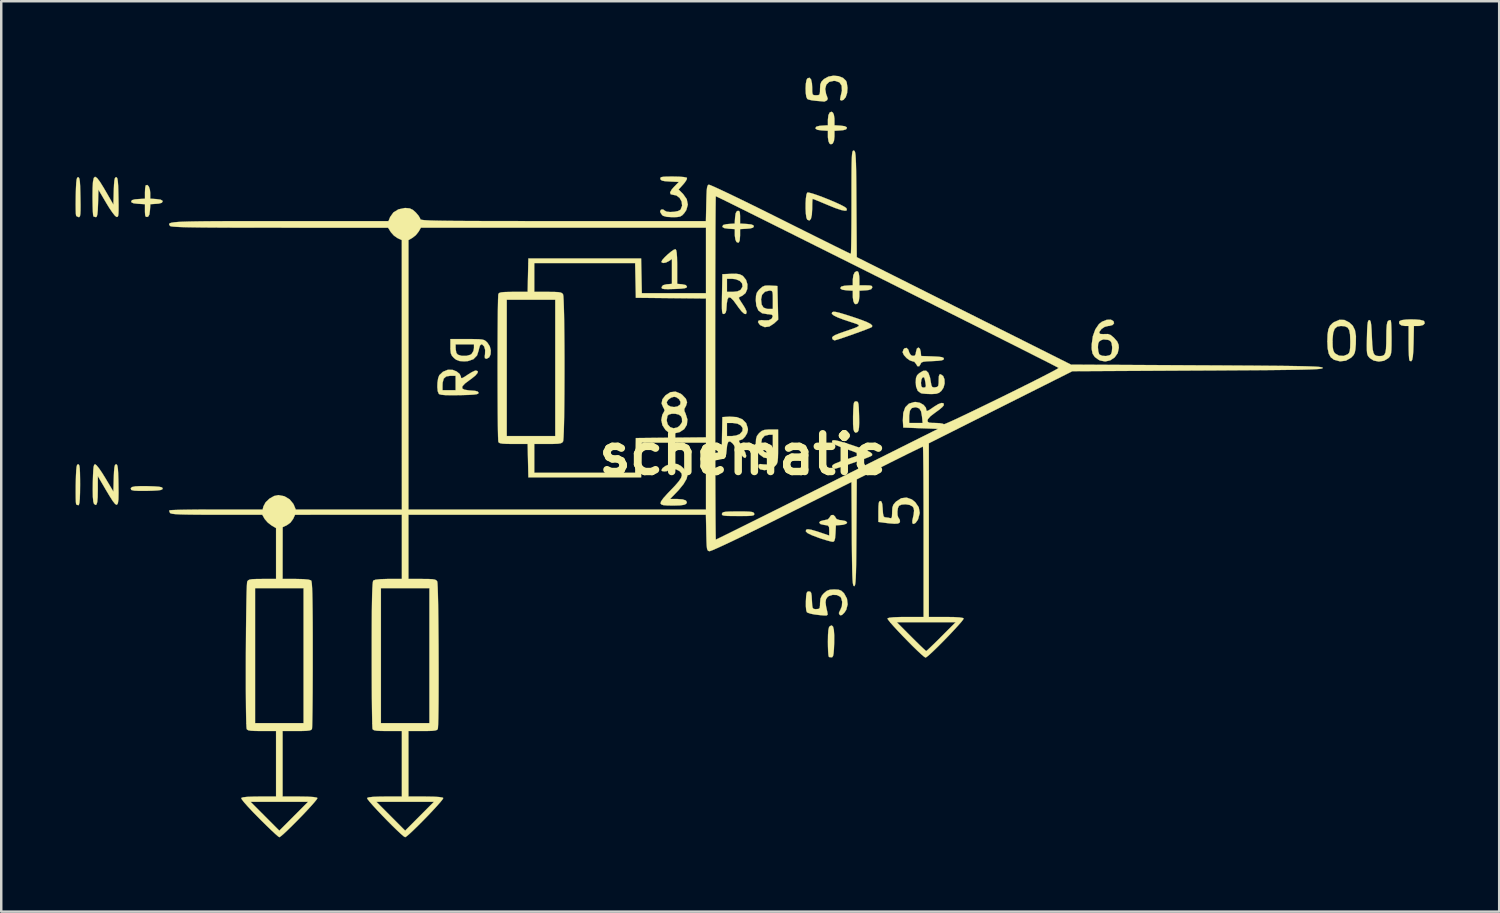
<source format=kicad_pcb>
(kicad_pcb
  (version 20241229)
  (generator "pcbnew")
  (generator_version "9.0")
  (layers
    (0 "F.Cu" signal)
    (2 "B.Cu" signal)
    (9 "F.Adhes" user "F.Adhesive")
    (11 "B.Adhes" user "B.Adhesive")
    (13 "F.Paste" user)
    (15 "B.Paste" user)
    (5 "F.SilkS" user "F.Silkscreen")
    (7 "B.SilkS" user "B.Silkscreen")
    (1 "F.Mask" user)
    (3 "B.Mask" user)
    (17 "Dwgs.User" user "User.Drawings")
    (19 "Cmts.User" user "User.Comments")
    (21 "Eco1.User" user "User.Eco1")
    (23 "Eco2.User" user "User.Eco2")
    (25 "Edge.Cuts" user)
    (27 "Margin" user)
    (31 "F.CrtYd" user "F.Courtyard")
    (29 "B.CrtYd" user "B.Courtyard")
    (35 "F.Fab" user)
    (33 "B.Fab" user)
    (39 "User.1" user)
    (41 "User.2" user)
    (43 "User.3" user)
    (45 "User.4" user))
  (footprint "schematic"
    (layer "F.Cu")
    (at 26.932 15.295)
    (property "Reference" "schematic" (at 0 0 0) (layer "F.SilkS") (effects (font (size 1.524 1.524) (thickness 0.3))))
    (attr through_hole)
    (fp_poly (pts (xy -24.02 1.281) (xy -23.752 1.29) (xy -23.575 1.303) (xy -23.47 1.322) (xy -23.423 1.35) (xy -23.416 1.376) (xy -23.433 1.411) (xy -23.496 1.436) (xy -23.621 1.453) (xy -23.823 1.464) (xy -24.033 1.47) (xy -24.351 1.472) (xy -24.564 1.462) (xy -24.673 1.437) (xy -24.687 1.426) (xy -24.703 1.361) (xy -24.651 1.316) (xy -24.521 1.289) (xy -24.304 1.279) (xy -24.02 1.281)) (stroke (width 0.01) (type solid)) (fill yes) (layer "F.SilkS"))
    (fp_poly (pts (xy 3.645 6.948) (xy 3.68 7.082) (xy 3.695 7.309) (xy 3.693 7.601) (xy 3.683 7.862) (xy 3.669 8.034) (xy 3.648 8.135) (xy 3.617 8.182) (xy 3.596 8.19) (xy 3.502 8.183) (xy 3.477 8.169) (xy 3.461 8.103) (xy 3.449 7.956) (xy 3.442 7.75) (xy 3.44 7.565) (xy 3.444 7.283) (xy 3.458 7.093) (xy 3.484 6.98) (xy 3.512 6.938) (xy 3.59 6.902) (xy 3.645 6.948)) (stroke (width 0.01) (type solid)) (fill yes) (layer "F.SilkS"))
    (fp_poly (pts (xy 4.624 -2.136) (xy 4.655 -2.102) (xy 4.675 -2.024) (xy 4.687 -1.882) (xy 4.695 -1.66) (xy 4.698 -1.556) (xy 4.702 -1.279) (xy 4.695 -1.091) (xy 4.677 -0.974) (xy 4.645 -0.913) (xy 4.639 -0.907) (xy 4.56 -0.875) (xy 4.503 -0.92) (xy 4.471 -1.019) (xy 4.456 -1.222) (xy 4.455 -1.527) (xy 4.456 -1.569) (xy 4.464 -1.822) (xy 4.475 -1.987) (xy 4.492 -2.084) (xy 4.52 -2.129) (xy 4.562 -2.143) (xy 4.577 -2.143) (xy 4.624 -2.136)) (stroke (width 0.01) (type solid)) (fill yes) (layer "F.SilkS"))
    (fp_poly (pts (xy -26.798 0.411) (xy -26.776 0.464) (xy -26.762 0.569) (xy -26.754 0.741) (xy -26.75 0.995) (xy -26.749 1.213) (xy -26.752 1.548) (xy -26.76 1.789) (xy -26.774 1.945) (xy -26.796 2.029) (xy -26.815 2.051) (xy -26.89 2.03) (xy -26.91 2) (xy -26.919 1.923) (xy -26.924 1.761) (xy -26.926 1.536) (xy -26.925 1.268) (xy -26.923 1.162) (xy -26.915 0.857) (xy -26.905 0.643) (xy -26.891 0.505) (xy -26.871 0.429) (xy -26.842 0.399) (xy -26.829 0.397) (xy -26.798 0.411)) (stroke (width 0.01) (type solid)) (fill yes) (layer "F.SilkS"))
    (fp_poly (pts (xy 0.085 2.303) (xy 0.268 2.31) (xy 0.38 2.324) (xy 0.439 2.347) (xy 0.463 2.383) (xy 0.466 2.394) (xy 0.465 2.433) (xy 0.433 2.459) (xy 0.354 2.475) (xy 0.211 2.484) (xy -0.011 2.487) (xy -0.185 2.487) (xy -0.462 2.486) (xy -0.65 2.481) (xy -0.764 2.469) (xy -0.821 2.449) (xy -0.839 2.419) (xy -0.837 2.394) (xy -0.818 2.355) (xy -0.77 2.329) (xy -0.673 2.313) (xy -0.51 2.305) (xy -0.264 2.302) (xy -0.185 2.302) (xy 0.085 2.303)) (stroke (width 0.01) (type solid)) (fill yes) (layer "F.SilkS"))
    (fp_poly (pts (xy -26.798 -11.177) (xy -26.775 -11.121) (xy -26.758 -11.012) (xy -26.747 -10.833) (xy -26.739 -10.571) (xy -26.735 -10.385) (xy -26.73 -10.073) (xy -26.731 -9.853) (xy -26.738 -9.708) (xy -26.753 -9.624) (xy -26.776 -9.585) (xy -26.803 -9.578) (xy -26.891 -9.616) (xy -26.911 -9.647) (xy -26.92 -9.722) (xy -26.925 -9.882) (xy -26.927 -10.106) (xy -26.924 -10.37) (xy -26.923 -10.454) (xy -26.915 -10.753) (xy -26.905 -10.961) (xy -26.89 -11.093) (xy -26.868 -11.165) (xy -26.839 -11.191) (xy -26.829 -11.192) (xy -26.798 -11.177)) (stroke (width 0.01) (type solid)) (fill yes) (layer "F.SilkS"))
    (fp_poly (pts (xy 27.172 -5.447) (xy 27.353 -5.43) (xy 27.477 -5.401) (xy 27.509 -5.38) (xy 27.535 -5.294) (xy 27.471 -5.226) (xy 27.333 -5.189) (xy 27.269 -5.186) (xy 27.096 -5.186) (xy 27.082 -4.489) (xy 27.071 -4.17) (xy 27.053 -3.949) (xy 27.025 -3.815) (xy 26.986 -3.761) (xy 26.934 -3.777) (xy 26.918 -3.791) (xy 26.904 -3.855) (xy 26.893 -4.004) (xy 26.885 -4.216) (xy 26.882 -4.47) (xy 26.882 -4.507) (xy 26.882 -5.186) (xy 26.729 -5.186) (xy 26.588 -5.211) (xy 26.505 -5.274) (xy 26.499 -5.354) (xy 26.523 -5.388) (xy 26.611 -5.423) (xy 26.769 -5.444) (xy 26.967 -5.452) (xy 27.172 -5.447)) (stroke (width 0.01) (type solid)) (fill yes) (layer "F.SilkS"))
    (fp_poly (pts (xy -23.972 -10.809) (xy -23.93 -10.681) (xy -23.918 -10.553) (xy -23.918 -10.325) (xy -23.667 -10.308) (xy -23.501 -10.286) (xy -23.425 -10.244) (xy -23.416 -10.213) (xy -23.452 -10.158) (xy -23.571 -10.126) (xy -23.664 -10.118) (xy -23.913 -10.102) (xy -23.929 -9.853) (xy -23.951 -9.689) (xy -23.995 -9.607) (xy -24.037 -9.588) (xy -24.093 -9.593) (xy -24.121 -9.652) (xy -24.13 -9.787) (xy -24.13 -9.836) (xy -24.13 -10.102) (xy -24.408 -10.118) (xy -24.582 -10.137) (xy -24.669 -10.173) (xy -24.686 -10.213) (xy -24.653 -10.265) (xy -24.545 -10.296) (xy -24.408 -10.308) (xy -24.13 -10.324) (xy -24.13 -10.577) (xy -24.123 -10.733) (xy -24.106 -10.841) (xy -24.095 -10.865) (xy -24.031 -10.878) (xy -23.972 -10.809)) (stroke (width 0.01) (type solid)) (fill yes) (layer "F.SilkS"))
    (fp_poly (pts (xy -0.143 -9.827) (xy -0.115 -9.769) (xy -0.106 -9.633) (xy -0.106 -9.585) (xy -0.106 -9.319) (xy 0.172 -9.303) (xy 0.347 -9.284) (xy 0.433 -9.248) (xy 0.45 -9.207) (xy 0.418 -9.156) (xy 0.31 -9.125) (xy 0.172 -9.112) (xy -0.106 -9.096) (xy -0.106 -8.837) (xy -0.119 -8.644) (xy -0.159 -8.552) (xy -0.226 -8.56) (xy -0.256 -8.585) (xy -0.295 -8.674) (xy -0.316 -8.82) (xy -0.318 -8.871) (xy -0.318 -9.096) (xy -0.569 -9.112) (xy -0.735 -9.134) (xy -0.811 -9.176) (xy -0.82 -9.207) (xy -0.784 -9.263) (xy -0.665 -9.294) (xy -0.572 -9.303) (xy -0.323 -9.319) (xy -0.307 -9.567) (xy -0.285 -9.731) (xy -0.241 -9.813) (xy -0.198 -9.833) (xy -0.143 -9.827)) (stroke (width 0.01) (type solid)) (fill yes) (layer "F.SilkS"))
    (fp_poly (pts (xy 3.642 -13.799) (xy 3.681 -13.71) (xy 3.703 -13.564) (xy 3.704 -13.513) (xy 3.704 -13.288) (xy 3.956 -13.272) (xy 4.121 -13.25) (xy 4.198 -13.208) (xy 4.207 -13.176) (xy 4.171 -13.122) (xy 4.053 -13.09) (xy 3.956 -13.081) (xy 3.704 -13.065) (xy 3.704 -12.836) (xy 3.685 -12.66) (xy 3.633 -12.549) (xy 3.56 -12.519) (xy 3.502 -12.553) (xy 3.463 -12.642) (xy 3.441 -12.789) (xy 3.44 -12.84) (xy 3.44 -13.065) (xy 3.188 -13.081) (xy 3.022 -13.103) (xy 2.946 -13.145) (xy 2.937 -13.176) (xy 2.973 -13.231) (xy 3.091 -13.263) (xy 3.188 -13.272) (xy 3.44 -13.288) (xy 3.44 -13.517) (xy 3.459 -13.693) (xy 3.511 -13.803) (xy 3.584 -13.834) (xy 3.642 -13.799)) (stroke (width 0.01) (type solid)) (fill yes) (layer "F.SilkS"))
    (fp_poly (pts (xy 4.654 -7.383) (xy 4.686 -7.315) (xy 4.706 -7.178) (xy 4.71 -7.088) (xy 4.71 -6.826) (xy 4.978 -6.826) (xy 5.137 -6.821) (xy 5.214 -6.799) (xy 5.231 -6.752) (xy 5.229 -6.734) (xy 5.188 -6.671) (xy 5.078 -6.637) (xy 4.96 -6.625) (xy 4.71 -6.609) (xy 4.71 -6.38) (xy 4.69 -6.204) (xy 4.638 -6.093) (xy 4.565 -6.063) (xy 4.507 -6.097) (xy 4.468 -6.186) (xy 4.447 -6.333) (xy 4.445 -6.384) (xy 4.445 -6.609) (xy 4.194 -6.625) (xy 4.028 -6.647) (xy 3.952 -6.689) (xy 3.942 -6.72) (xy 3.978 -6.775) (xy 4.096 -6.807) (xy 4.194 -6.816) (xy 4.445 -6.832) (xy 4.445 -7.061) (xy 4.467 -7.235) (xy 4.524 -7.354) (xy 4.604 -7.398) (xy 4.654 -7.383)) (stroke (width 0.01) (type solid)) (fill yes) (layer "F.SilkS"))
    (fp_poly (pts (xy -2.684 -8.243) (xy -2.664 -8.138) (xy -2.651 -7.957) (xy -2.646 -7.686) (xy -2.646 -7.572) (xy -2.646 -6.886) (xy -2.447 -6.869) (xy -2.299 -6.838) (xy -2.249 -6.775) (xy -2.249 -6.773) (xy -2.268 -6.735) (xy -2.338 -6.709) (xy -2.474 -6.692) (xy -2.695 -6.681) (xy -2.769 -6.679) (xy -3.007 -6.673) (xy -3.158 -6.676) (xy -3.24 -6.689) (xy -3.272 -6.717) (xy -3.271 -6.758) (xy -3.217 -6.831) (xy -3.08 -6.867) (xy -3.055 -6.869) (xy -2.857 -6.886) (xy -2.857 -7.891) (xy -2.975 -7.808) (xy -3.099 -7.746) (xy -3.211 -7.728) (xy -3.275 -7.757) (xy -3.281 -7.78) (xy -3.244 -7.851) (xy -3.149 -7.958) (xy -3.023 -8.078) (xy -2.891 -8.188) (xy -2.78 -8.264) (xy -2.714 -8.285) (xy -2.684 -8.243)) (stroke (width 0.01) (type solid)) (fill yes) (layer "F.SilkS"))
    (fp_poly (pts (xy 2.675 -10.569) (xy 2.819 -10.531) (xy 3.017 -10.465) (xy 3.248 -10.379) (xy 3.492 -10.282) (xy 3.728 -10.182) (xy 3.936 -10.087) (xy 4.093 -10.006) (xy 4.179 -9.947) (xy 4.187 -9.938) (xy 4.207 -9.86) (xy 4.136 -9.836) (xy 3.975 -9.867) (xy 3.724 -9.952) (xy 3.468 -10.056) (xy 3.232 -10.155) (xy 3.034 -10.237) (xy 2.893 -10.294) (xy 2.827 -10.318) (xy 2.825 -10.319) (xy 2.815 -10.27) (xy 2.808 -10.142) (xy 2.805 -9.96) (xy 2.805 -9.928) (xy 2.792 -9.674) (xy 2.754 -9.511) (xy 2.693 -9.443) (xy 2.611 -9.475) (xy 2.602 -9.484) (xy 2.57 -9.568) (xy 2.549 -9.726) (xy 2.539 -9.927) (xy 2.54 -10.142) (xy 2.552 -10.341) (xy 2.574 -10.494) (xy 2.606 -10.57) (xy 2.675 -10.569)) (stroke (width 0.01) (type solid)) (fill yes) (layer "F.SilkS"))
    (fp_poly (pts (xy 7.154 -4.267) (xy 7.187 -4.143) (xy 7.203 -3.973) (xy 7.663 -3.958) (xy 7.892 -3.946) (xy 8.034 -3.929) (xy 8.104 -3.901) (xy 8.123 -3.863) (xy 8.102 -3.823) (xy 8.027 -3.796) (xy 7.88 -3.779) (xy 7.665 -3.768) (xy 7.441 -3.758) (xy 7.302 -3.743) (xy 7.225 -3.716) (xy 7.189 -3.674) (xy 7.181 -3.649) (xy 7.125 -3.559) (xy 7.053 -3.562) (xy 7 -3.651) (xy 6.929 -3.741) (xy 6.863 -3.757) (xy 6.747 -3.796) (xy 6.617 -3.89) (xy 6.509 -4.009) (xy 6.457 -4.119) (xy 6.456 -4.131) (xy 6.494 -4.241) (xy 6.528 -4.28) (xy 6.614 -4.302) (xy 6.686 -4.231) (xy 6.728 -4.101) (xy 6.792 -4.007) (xy 6.863 -3.979) (xy 6.944 -3.985) (xy 6.983 -4.055) (xy 6.995 -4.138) (xy 7.032 -4.273) (xy 7.094 -4.316) (xy 7.154 -4.267)) (stroke (width 0.01) (type solid)) (fill yes) (layer "F.SilkS"))
    (fp_poly (pts (xy 3.756 -5.753) (xy 3.912 -5.716) (xy 4.143 -5.647) (xy 4.445 -5.55) (xy 4.776 -5.436) (xy 5.011 -5.344) (xy 5.159 -5.269) (xy 5.226 -5.207) (xy 5.222 -5.153) (xy 5.21 -5.141) (xy 5.146 -5.11) (xy 5.004 -5.053) (xy 4.806 -4.978) (xy 4.574 -4.894) (xy 4.332 -4.807) (xy 4.101 -4.727) (xy 3.904 -4.661) (xy 3.763 -4.618) (xy 3.703 -4.604) (xy 3.636 -4.642) (xy 3.625 -4.657) (xy 3.608 -4.712) (xy 3.642 -4.764) (xy 3.738 -4.821) (xy 3.912 -4.891) (xy 4.141 -4.971) (xy 4.411 -5.063) (xy 4.588 -5.129) (xy 4.678 -5.179) (xy 4.689 -5.219) (xy 4.628 -5.257) (xy 4.502 -5.301) (xy 4.459 -5.315) (xy 4.102 -5.431) (xy 3.845 -5.528) (xy 3.681 -5.607) (xy 3.605 -5.671) (xy 3.598 -5.692) (xy 3.611 -5.739) (xy 3.66 -5.759) (xy 3.756 -5.753)) (stroke (width 0.01) (type solid)) (fill yes) (layer "F.SilkS"))
    (fp_poly (pts (xy -25.263 0.412) (xy -25.24 0.468) (xy -25.223 0.579) (xy -25.212 0.759) (xy -25.203 1.024) (xy -25.2 1.187) (xy -25.196 1.551) (xy -25.201 1.812) (xy -25.223 1.972) (xy -25.265 2.035) (xy -25.333 2.002) (xy -25.433 1.876) (xy -25.57 1.66) (xy -25.708 1.429) (xy -26.033 0.873) (xy -26.034 1.439) (xy -26.039 1.728) (xy -26.056 1.919) (xy -26.086 2.02) (xy -26.131 2.04) (xy -26.189 1.99) (xy -26.217 1.901) (xy -26.233 1.712) (xy -26.238 1.422) (xy -26.235 1.157) (xy -26.227 0.853) (xy -26.217 0.64) (xy -26.203 0.503) (xy -26.182 0.428) (xy -26.154 0.399) (xy -26.141 0.397) (xy -26.084 0.44) (xy -25.987 0.559) (xy -25.865 0.737) (xy -25.733 0.949) (xy -25.404 1.501) (xy -25.389 0.949) (xy -25.379 0.695) (xy -25.365 0.53) (xy -25.343 0.437) (xy -25.311 0.4) (xy -25.294 0.397) (xy -25.263 0.412)) (stroke (width 0.01) (type solid)) (fill yes) (layer "F.SilkS"))
    (fp_poly (pts (xy 3.738 -0.57) (xy 3.889 -0.537) (xy 4.114 -0.471) (xy 4.425 -0.371) (xy 4.445 -0.364) (xy 4.771 -0.252) (xy 5.004 -0.162) (xy 5.151 -0.088) (xy 5.222 -0.026) (xy 5.225 0.029) (xy 5.207 0.053) (xy 5.144 0.084) (xy 5.003 0.141) (xy 4.805 0.215) (xy 4.574 0.298) (xy 4.332 0.383) (xy 4.1 0.461) (xy 3.902 0.526) (xy 3.759 0.569) (xy 3.696 0.582) (xy 3.636 0.544) (xy 3.625 0.529) (xy 3.608 0.475) (xy 3.64 0.423) (xy 3.734 0.368) (xy 3.903 0.3) (xy 4.16 0.211) (xy 4.168 0.209) (xy 4.389 0.135) (xy 4.573 0.071) (xy 4.696 0.026) (xy 4.733 0.01) (xy 4.707 -0.017) (xy 4.597 -0.068) (xy 4.422 -0.137) (xy 4.204 -0.213) (xy 3.913 -0.316) (xy 3.721 -0.4) (xy 3.623 -0.467) (xy 3.608 -0.494) (xy 3.61 -0.547) (xy 3.649 -0.573) (xy 3.738 -0.57)) (stroke (width 0.01) (type solid)) (fill yes) (layer "F.SilkS"))
    (fp_poly (pts (xy 3.731 2.51) (xy 3.741 2.537) (xy 3.791 2.61) (xy 3.907 2.648) (xy 3.987 2.656) (xy 4.15 2.688) (xy 4.216 2.742) (xy 4.183 2.798) (xy 4.053 2.84) (xy 3.984 2.847) (xy 3.762 2.863) (xy 3.746 3.191) (xy 3.729 3.385) (xy 3.699 3.492) (xy 3.651 3.528) (xy 3.57 3.516) (xy 3.414 3.475) (xy 3.21 3.413) (xy 3.069 3.365) (xy 2.792 3.261) (xy 2.619 3.176) (xy 2.55 3.108) (xy 2.549 3.104) (xy 2.559 3.042) (xy 2.628 3.02) (xy 2.766 3.04) (xy 2.985 3.103) (xy 3.113 3.145) (xy 3.493 3.275) (xy 3.493 3.069) (xy 3.486 2.936) (xy 3.446 2.874) (xy 3.342 2.852) (xy 3.294 2.847) (xy 3.144 2.813) (xy 3.089 2.756) (xy 3.129 2.697) (xy 3.265 2.659) (xy 3.289 2.656) (xy 3.437 2.623) (xy 3.505 2.55) (xy 3.509 2.537) (xy 3.57 2.452) (xy 3.659 2.443) (xy 3.731 2.51)) (stroke (width 0.01) (type solid)) (fill yes) (layer "F.SilkS"))
    (fp_poly (pts (xy -26.064 -11.16) (xy -25.951 -11.013) (xy -25.8 -10.77) (xy -25.689 -10.579) (xy -25.404 -10.085) (xy -25.389 -10.638) (xy -25.379 -10.893) (xy -25.365 -11.058) (xy -25.343 -11.151) (xy -25.312 -11.189) (xy -25.294 -11.192) (xy -25.263 -11.177) (xy -25.24 -11.122) (xy -25.224 -11.012) (xy -25.212 -10.834) (xy -25.204 -10.573) (xy -25.2 -10.381) (xy -25.195 -10.072) (xy -25.195 -9.853) (xy -25.201 -9.71) (xy -25.214 -9.628) (xy -25.236 -9.592) (xy -25.268 -9.586) (xy -25.279 -9.588) (xy -25.343 -9.639) (xy -25.444 -9.767) (xy -25.571 -9.953) (xy -25.69 -10.148) (xy -26.009 -10.69) (xy -26.024 -10.134) (xy -26.034 -9.868) (xy -26.051 -9.695) (xy -26.076 -9.603) (xy -26.107 -9.578) (xy -26.197 -9.602) (xy -26.211 -9.613) (xy -26.224 -9.676) (xy -26.235 -9.825) (xy -26.242 -10.04) (xy -26.246 -10.3) (xy -26.247 -10.404) (xy -26.243 -10.76) (xy -26.228 -11.011) (xy -26.197 -11.161) (xy -26.144 -11.21) (xy -26.064 -11.16)) (stroke (width 0.01) (type solid)) (fill yes) (layer "F.SilkS"))
    (fp_poly (pts (xy 1.123 -6.816) (xy 1.402 -6.8) (xy 1.432 -5.443) (xy 1.266 -5.288) (xy 1.078 -5.165) (xy 0.892 -5.138) (xy 0.722 -5.21) (xy 0.682 -5.245) (xy 0.616 -5.344) (xy 0.645 -5.405) (xy 0.762 -5.424) (xy 0.881 -5.412) (xy 1.051 -5.417) (xy 1.172 -5.48) (xy 1.217 -5.589) (xy 1.173 -5.642) (xy 1.034 -5.662) (xy 1.003 -5.662) (xy 0.783 -5.699) (xy 0.633 -5.811) (xy 0.55 -6.003) (xy 0.529 -6.219) (xy 0.531 -6.259) (xy 0.741 -6.259) (xy 0.765 -6.05) (xy 0.842 -5.927) (xy 0.981 -5.876) (xy 1.034 -5.874) (xy 1.217 -5.874) (xy 1.217 -6.244) (xy 1.215 -6.438) (xy 1.204 -6.548) (xy 1.175 -6.599) (xy 1.119 -6.614) (xy 1.076 -6.615) (xy 0.899 -6.569) (xy 0.782 -6.445) (xy 0.741 -6.259) (xy 0.531 -6.259) (xy 0.537 -6.404) (xy 0.57 -6.526) (xy 0.644 -6.63) (xy 0.687 -6.674) (xy 0.794 -6.768) (xy 0.897 -6.812) (xy 1.041 -6.82) (xy 1.123 -6.816)) (stroke (width 0.01) (type solid)) (fill yes) (layer "F.SilkS"))
    (fp_poly (pts (xy -2.634 0.389) (xy -2.502 0.46) (xy -2.402 0.55) (xy -2.296 0.674) (xy -2.231 0.782) (xy -2.223 0.818) (xy -2.265 0.985) (xy -2.388 1.196) (xy -2.583 1.436) (xy -2.663 1.521) (xy -2.933 1.799) (xy -2.641 1.799) (xy -2.425 1.815) (xy -2.293 1.86) (xy -2.252 1.931) (xy -2.283 1.994) (xy -2.363 2.033) (xy -2.53 2.056) (xy -2.793 2.064) (xy -2.813 2.064) (xy -3.047 2.06) (xy -3.196 2.048) (xy -3.279 2.022) (xy -3.316 1.981) (xy -3.316 1.98) (xy -3.299 1.902) (xy -3.206 1.769) (xy -3.033 1.576) (xy -2.95 1.49) (xy -2.729 1.259) (xy -2.579 1.084) (xy -2.491 0.953) (xy -2.457 0.853) (xy -2.467 0.77) (xy -2.467 0.77) (xy -2.546 0.675) (xy -2.677 0.607) (xy -2.822 0.578) (xy -2.943 0.595) (xy -2.99 0.635) (xy -3.056 0.674) (xy -3.16 0.687) (xy -3.25 0.672) (xy -3.281 0.639) (xy -3.234 0.551) (xy -3.116 0.465) (xy -2.96 0.398) (xy -2.799 0.37) (xy -2.792 0.37) (xy -2.634 0.389)) (stroke (width 0.01) (type solid)) (fill yes) (layer "F.SilkS"))
    (fp_poly (pts (xy -10.844 -4.656) (xy -10.65 -4.651) (xy -10.521 -4.639) (xy -10.435 -4.616) (xy -10.373 -4.577) (xy -10.313 -4.519) (xy -10.302 -4.508) (xy -10.21 -4.364) (xy -10.169 -4.2) (xy -10.177 -4.043) (xy -10.232 -3.921) (xy -10.332 -3.864) (xy -10.353 -3.863) (xy -10.406 -3.884) (xy -10.414 -3.965) (xy -10.402 -4.047) (xy -10.396 -4.219) (xy -10.438 -4.36) (xy -10.515 -4.438) (xy -10.552 -4.445) (xy -10.606 -4.396) (xy -10.646 -4.261) (xy -10.652 -4.22) (xy -10.724 -3.995) (xy -10.87 -3.845) (xy -11.092 -3.768) (xy -11.245 -3.757) (xy -11.435 -3.771) (xy -11.568 -3.823) (xy -11.655 -3.892) (xy -11.739 -3.983) (xy -11.783 -4.083) (xy -11.799 -4.231) (xy -11.8 -4.341) (xy -11.8 -4.445) (xy -11.589 -4.445) (xy -11.589 -4.262) (xy -11.559 -4.098) (xy -11.496 -4.026) (xy -11.34 -3.978) (xy -11.156 -3.978) (xy -10.995 -4.023) (xy -10.945 -4.056) (xy -10.872 -4.174) (xy -10.848 -4.294) (xy -10.848 -4.445) (xy -11.589 -4.445) (xy -11.8 -4.445) (xy -11.8 -4.657) (xy -11.122 -4.657) (xy -10.844 -4.656)) (stroke (width 0.01) (type solid)) (fill yes) (layer "F.SilkS"))
    (fp_poly (pts (xy -2.568 -11.213) (xy -2.38 -11.198) (xy -2.269 -11.176) (xy -2.248 -11.163) (xy -2.261 -11.097) (xy -2.332 -10.985) (xy -2.401 -10.902) (xy -2.588 -10.695) (xy -2.405 -10.512) (xy -2.259 -10.305) (xy -2.215 -10.086) (xy -2.275 -9.867) (xy -2.359 -9.741) (xy -2.444 -9.651) (xy -2.53 -9.602) (xy -2.652 -9.582) (xy -2.832 -9.578) (xy -3.063 -9.59) (xy -3.206 -9.63) (xy -3.251 -9.661) (xy -3.318 -9.76) (xy -3.334 -9.82) (xy -3.295 -9.882) (xy -3.215 -9.89) (xy -3.149 -9.842) (xy -3.07 -9.801) (xy -2.928 -9.786) (xy -2.762 -9.795) (xy -2.611 -9.825) (xy -2.514 -9.875) (xy -2.508 -9.882) (xy -2.446 -10.039) (xy -2.464 -10.207) (xy -2.547 -10.356) (xy -2.68 -10.455) (xy -2.792 -10.477) (xy -2.908 -10.503) (xy -2.932 -10.577) (xy -2.862 -10.7) (xy -2.776 -10.797) (xy -2.577 -11.001) (xy -2.941 -11.017) (xy -3.141 -11.031) (xy -3.257 -11.054) (xy -3.311 -11.093) (xy -3.324 -11.126) (xy -3.322 -11.168) (xy -3.285 -11.195) (xy -3.195 -11.21) (xy -3.034 -11.217) (xy -2.812 -11.218) (xy -2.568 -11.213)) (stroke (width 0.01) (type solid)) (fill yes) (layer "F.SilkS"))
    (fp_poly (pts (xy 7.496 -3.294) (xy 7.561 -3.108) (xy 7.59 -2.947) (xy 7.617 -2.795) (xy 7.653 -2.723) (xy 7.716 -2.705) (xy 7.769 -2.709) (xy 7.854 -2.727) (xy 7.895 -2.775) (xy 7.91 -2.883) (xy 7.911 -2.99) (xy 7.918 -3.151) (xy 7.943 -3.226) (xy 7.99 -3.237) (xy 8.092 -3.167) (xy 8.146 -3.032) (xy 8.152 -2.865) (xy 8.107 -2.696) (xy 8.019 -2.564) (xy 7.924 -2.487) (xy 7.813 -2.449) (xy 7.646 -2.438) (xy 7.583 -2.438) (xy 7.401 -2.445) (xy 7.256 -2.459) (xy 7.197 -2.471) (xy 7.068 -2.565) (xy 6.999 -2.738) (xy 6.988 -2.881) (xy 7.197 -2.881) (xy 7.209 -2.755) (xy 7.256 -2.705) (xy 7.305 -2.699) (xy 7.373 -2.711) (xy 7.394 -2.767) (xy 7.377 -2.896) (xy 7.377 -2.897) (xy 7.348 -3.045) (xy 7.321 -3.111) (xy 7.284 -3.114) (xy 7.253 -3.098) (xy 7.215 -3.026) (xy 7.197 -2.897) (xy 7.197 -2.881) (xy 6.988 -2.881) (xy 6.985 -2.917) (xy 6.996 -3.087) (xy 7.041 -3.196) (xy 7.124 -3.277) (xy 7.283 -3.374) (xy 7.405 -3.381) (xy 7.496 -3.294)) (stroke (width 0.01) (type solid)) (fill yes) (layer "F.SilkS"))
    (fp_poly (pts (xy 24.288 -5.429) (xy 24.484 -5.331) (xy 24.627 -5.198) (xy 24.716 -5.019) (xy 24.756 -4.778) (xy 24.752 -4.455) (xy 24.752 -4.455) (xy 24.735 -4.245) (xy 24.709 -4.109) (xy 24.664 -4.015) (xy 24.587 -3.931) (xy 24.56 -3.906) (xy 24.351 -3.786) (xy 24.112 -3.757) (xy 23.873 -3.822) (xy 23.866 -3.825) (xy 23.74 -3.921) (xy 23.658 -4.068) (xy 23.614 -4.284) (xy 23.602 -4.561) (xy 23.602 -4.566) (xy 23.812 -4.566) (xy 23.818 -4.349) (xy 23.839 -4.21) (xy 23.882 -4.117) (xy 23.918 -4.075) (xy 24.073 -3.988) (xy 24.258 -3.977) (xy 24.424 -4.044) (xy 24.475 -4.095) (xy 24.506 -4.175) (xy 24.522 -4.307) (xy 24.527 -4.515) (xy 24.527 -4.577) (xy 24.518 -4.842) (xy 24.485 -5.019) (xy 24.417 -5.124) (xy 24.303 -5.174) (xy 24.149 -5.186) (xy 23.999 -5.159) (xy 23.897 -5.071) (xy 23.838 -4.909) (xy 23.814 -4.66) (xy 23.812 -4.566) (xy 23.602 -4.566) (xy 23.61 -4.846) (xy 23.643 -5.05) (xy 23.708 -5.194) (xy 23.813 -5.301) (xy 23.877 -5.344) (xy 24.09 -5.435) (xy 24.288 -5.429)) (stroke (width 0.01) (type solid)) (fill yes) (layer "F.SilkS"))
    (fp_poly (pts (xy 26.159 -5.415) (xy 26.172 -5.351) (xy 26.183 -5.203) (xy 26.19 -4.992) (xy 26.194 -4.738) (xy 26.194 -4.698) (xy 26.193 -4.417) (xy 26.188 -4.221) (xy 26.175 -4.09) (xy 26.151 -4.004) (xy 26.114 -3.941) (xy 26.064 -3.887) (xy 25.89 -3.782) (xy 25.679 -3.749) (xy 25.47 -3.79) (xy 25.317 -3.889) (xy 25.264 -3.946) (xy 25.228 -4.006) (xy 25.206 -4.088) (xy 25.196 -4.213) (xy 25.194 -4.401) (xy 25.199 -4.672) (xy 25.2 -4.722) (xy 25.208 -5.013) (xy 25.219 -5.213) (xy 25.235 -5.338) (xy 25.258 -5.403) (xy 25.29 -5.424) (xy 25.294 -5.424) (xy 25.328 -5.406) (xy 25.354 -5.344) (xy 25.373 -5.22) (xy 25.387 -5.021) (xy 25.4 -4.747) (xy 25.414 -4.446) (xy 25.434 -4.234) (xy 25.465 -4.097) (xy 25.515 -4.017) (xy 25.59 -3.98) (xy 25.696 -3.97) (xy 25.72 -3.97) (xy 25.824 -3.979) (xy 25.897 -4.019) (xy 25.943 -4.106) (xy 25.969 -4.256) (xy 25.98 -4.483) (xy 25.982 -4.714) (xy 25.986 -5.009) (xy 25.999 -5.212) (xy 26.022 -5.335) (xy 26.053 -5.391) (xy 26.13 -5.424) (xy 26.159 -5.415)) (stroke (width 0.01) (type solid)) (fill yes) (layer "F.SilkS"))
    (fp_poly (pts (xy 1.429 -0.327) (xy 1.428 -0.049) (xy 1.423 0.145) (xy 1.411 0.274) (xy 1.388 0.36) (xy 1.349 0.422) (xy 1.291 0.482) (xy 1.28 0.493) (xy 1.096 0.603) (xy 0.875 0.636) (xy 0.701 0.6) (xy 0.646 0.531) (xy 0.635 0.471) (xy 0.649 0.407) (xy 0.71 0.387) (xy 0.838 0.402) (xy 1.002 0.409) (xy 1.11 0.362) (xy 1.129 0.345) (xy 1.206 0.244) (xy 1.189 0.184) (xy 1.074 0.16) (xy 1.028 0.159) (xy 0.851 0.126) (xy 0.694 0.014) (xy 0.684 0.004) (xy 0.59 -0.106) (xy 0.544 -0.22) (xy 0.53 -0.383) (xy 0.529 -0.423) (xy 0.741 -0.423) (xy 0.776 -0.221) (xy 0.881 -0.097) (xy 1.055 -0.053) (xy 1.062 -0.053) (xy 1.217 -0.053) (xy 1.217 -0.794) (xy 1.062 -0.794) (xy 0.886 -0.753) (xy 0.779 -0.632) (xy 0.741 -0.432) (xy 0.741 -0.423) (xy 0.529 -0.423) (xy 0.529 -0.439) (xy 0.539 -0.624) (xy 0.576 -0.748) (xy 0.656 -0.853) (xy 0.669 -0.866) (xy 0.767 -0.948) (xy 0.878 -0.99) (xy 1.039 -1.005) (xy 1.118 -1.005) (xy 1.429 -1.005) (xy 1.429 -0.327)) (stroke (width 0.01) (type solid)) (fill yes) (layer "F.SilkS"))
    (fp_poly (pts (xy -0.239 -1.507) (xy -0.013 -1.418) (xy 0.139 -1.264) (xy 0.208 -1.052) (xy 0.212 -0.984) (xy 0.179 -0.856) (xy 0.1 -0.722) (xy 0.00045 -0.618) (xy -0.083 -0.582) (xy -0.139 -0.573) (xy -0.15 -0.533) (xy -0.11 -0.444) (xy -0.016 -0.29) (xy 0.006 -0.256) (xy 0.099 -0.086) (xy 0.14 0.044) (xy 0.137 0.087) (xy 0.104 0.144) (xy 0.054 0.126) (xy 0.006 0.085) (xy -0.077 -0.007) (xy -0.189 -0.151) (xy -0.271 -0.266) (xy -0.408 -0.446) (xy -0.511 -0.526) (xy -0.583 -0.506) (xy -0.627 -0.385) (xy -0.646 -0.203) (xy -0.667 -0.014) (xy -0.706 0.113) (xy -0.755 0.165) (xy -0.805 0.13) (xy -0.822 0.095) (xy -0.831 0.018) (xy -0.836 -0.144) (xy -0.839 -0.369) (xy -0.837 -0.637) (xy -0.835 -0.743) (xy -0.825 -1.27) (xy -0.635 -1.27) (xy -0.635 -0.741) (xy -0.435 -0.741) (xy -0.269 -0.763) (xy -0.128 -0.816) (xy -0.118 -0.823) (xy -0.013 -0.939) (xy -0.001 -1.06) (xy -0.07 -1.166) (xy -0.21 -1.242) (xy -0.401 -1.27) (xy -0.635 -1.27) (xy -0.825 -1.27) (xy -0.82 -1.508) (xy -0.529 -1.525) (xy -0.239 -1.507)) (stroke (width 0.01) (type solid)) (fill yes) (layer "F.SilkS"))
    (fp_poly (pts (xy -0.129 -7.274) (xy -0.025 -7.226) (xy 0.015 -7.197) (xy 0.135 -7.048) (xy 0.191 -6.865) (xy 0.184 -6.677) (xy 0.116 -6.515) (xy -0.013 -6.408) (xy -0.026 -6.403) (xy -0.124 -6.356) (xy -0.159 -6.321) (xy -0.131 -6.263) (xy -0.06 -6.149) (xy 0 -6.059) (xy 0.091 -5.912) (xy 0.148 -5.791) (xy 0.159 -5.745) (xy 0.134 -5.667) (xy 0.066 -5.677) (xy -0.04 -5.77) (xy -0.176 -5.941) (xy -0.219 -6.004) (xy -0.371 -6.213) (xy -0.484 -6.325) (xy -0.564 -6.342) (xy -0.614 -6.262) (xy -0.642 -6.087) (xy -0.646 -6.02) (xy -0.66 -5.831) (xy -0.687 -5.725) (xy -0.732 -5.679) (xy -0.755 -5.672) (xy -0.791 -5.672) (xy -0.816 -5.698) (xy -0.831 -5.766) (xy -0.839 -5.89) (xy -0.84 -6.085) (xy -0.837 -6.367) (xy -0.835 -6.465) (xy -0.824 -7.091) (xy -0.635 -7.091) (xy -0.635 -6.562) (xy -0.401 -6.562) (xy -0.214 -6.583) (xy -0.089 -6.639) (xy -0.083 -6.645) (xy -0.007 -6.775) (xy -0.023 -6.9) (xy -0.119 -7.006) (xy -0.28 -7.074) (xy -0.435 -7.091) (xy -0.635 -7.091) (xy -0.824 -7.091) (xy -0.82 -7.276) (xy -0.473 -7.291) (xy -0.266 -7.294) (xy -0.129 -7.274)) (stroke (width 0.01) (type solid)) (fill yes) (layer "F.SilkS"))
    (fp_poly (pts (xy 14.968 -5.38) (xy 14.992 -5.294) (xy 14.929 -5.224) (xy 14.797 -5.188) (xy 14.753 -5.186) (xy 14.613 -5.15) (xy 14.484 -5.064) (xy 14.404 -4.956) (xy 14.393 -4.907) (xy 14.434 -4.863) (xy 14.564 -4.856) (xy 14.605 -4.859) (xy 14.747 -4.861) (xy 14.855 -4.821) (xy 14.975 -4.721) (xy 15.002 -4.694) (xy 15.123 -4.553) (xy 15.176 -4.423) (xy 15.185 -4.305) (xy 15.138 -4.088) (xy 15.014 -3.915) (xy 14.838 -3.798) (xy 14.633 -3.753) (xy 14.423 -3.793) (xy 14.368 -3.821) (xy 14.213 -3.934) (xy 14.124 -4.069) (xy 14.088 -4.255) (xy 14.089 -4.324) (xy 14.34 -4.324) (xy 14.354 -4.168) (xy 14.389 -4.053) (xy 14.404 -4.032) (xy 14.514 -3.982) (xy 14.665 -3.972) (xy 14.805 -4.002) (xy 14.866 -4.044) (xy 14.902 -4.142) (xy 14.915 -4.294) (xy 14.913 -4.348) (xy 14.891 -4.499) (xy 14.842 -4.58) (xy 14.753 -4.625) (xy 14.562 -4.643) (xy 14.475 -4.614) (xy 14.388 -4.557) (xy 14.349 -4.468) (xy 14.34 -4.324) (xy 14.089 -4.324) (xy 14.089 -4.445) (xy 14.135 -4.771) (xy 14.236 -5.05) (xy 14.381 -5.262) (xy 14.503 -5.358) (xy 14.696 -5.435) (xy 14.861 -5.441) (xy 14.968 -5.38)) (stroke (width 0.01) (type solid)) (fill yes) (layer "F.SilkS"))
    (fp_poly (pts (xy -11.709 -3.415) (xy -11.547 -3.348) (xy -11.426 -3.248) (xy -11.377 -3.143) (xy -11.377 -3.14) (xy -11.368 -3.087) (xy -11.33 -3.079) (xy -11.243 -3.124) (xy -11.09 -3.225) (xy -11.086 -3.228) (xy -10.94 -3.318) (xy -10.818 -3.376) (xy -10.772 -3.387) (xy -10.695 -3.361) (xy -10.702 -3.292) (xy -10.79 -3.186) (xy -10.951 -3.055) (xy -11.007 -3.016) (xy -11.21 -2.864) (xy -11.316 -2.749) (xy -11.323 -2.666) (xy -11.232 -2.613) (xy -11.043 -2.585) (xy -10.993 -2.582) (xy -10.802 -2.567) (xy -10.698 -2.539) (xy -10.663 -2.495) (xy -10.663 -2.487) (xy -10.678 -2.455) (xy -10.735 -2.432) (xy -10.847 -2.416) (xy -11.029 -2.404) (xy -11.297 -2.396) (xy -11.431 -2.393) (xy -11.77 -2.39) (xy -12.013 -2.395) (xy -12.171 -2.41) (xy -12.254 -2.435) (xy -12.265 -2.443) (xy -12.309 -2.545) (xy -12.327 -2.71) (xy -12.326 -2.782) (xy -12.118 -2.782) (xy -12.118 -2.593) (xy -11.589 -2.593) (xy -11.589 -3.175) (xy -11.799 -3.175) (xy -11.967 -3.149) (xy -12.068 -3.063) (xy -12.113 -2.899) (xy -12.118 -2.782) (xy -12.326 -2.782) (xy -12.322 -2.901) (xy -12.294 -3.078) (xy -12.248 -3.198) (xy -12.101 -3.337) (xy -11.906 -3.416) (xy -11.709 -3.415)) (stroke (width 0.01) (type solid)) (fill yes) (layer "F.SilkS"))
    (fp_poly (pts (xy 6.826 1.816) (xy 6.964 1.926) (xy 7.107 2.133) (xy 7.147 2.362) (xy 7.083 2.608) (xy 7.063 2.648) (xy 6.98 2.764) (xy 6.901 2.808) (xy 6.849 2.778) (xy 6.847 2.674) (xy 6.85 2.659) (xy 6.902 2.425) (xy 6.918 2.267) (xy 6.898 2.162) (xy 6.854 2.099) (xy 6.737 2.038) (xy 6.575 2.013) (xy 6.415 2.025) (xy 6.308 2.074) (xy 6.266 2.166) (xy 6.247 2.306) (xy 6.251 2.449) (xy 6.281 2.549) (xy 6.297 2.566) (xy 6.342 2.641) (xy 6.35 2.702) (xy 6.33 2.76) (xy 6.258 2.791) (xy 6.122 2.798) (xy 5.906 2.781) (xy 5.715 2.757) (xy 5.477 2.725) (xy 5.477 2.302) (xy 5.481 2.085) (xy 5.494 1.954) (xy 5.521 1.892) (xy 5.556 1.879) (xy 5.603 1.906) (xy 5.633 2) (xy 5.65 2.178) (xy 5.651 2.209) (xy 5.665 2.393) (xy 5.687 2.494) (xy 5.727 2.534) (xy 5.766 2.54) (xy 5.899 2.557) (xy 5.949 2.572) (xy 5.998 2.574) (xy 6.024 2.518) (xy 6.032 2.383) (xy 6.032 2.329) (xy 6.041 2.152) (xy 6.08 2.034) (xy 6.166 1.929) (xy 6.197 1.9) (xy 6.401 1.768) (xy 6.614 1.741) (xy 6.826 1.816)) (stroke (width 0.01) (type solid)) (fill yes) (layer "F.SilkS"))
    (fp_poly (pts (xy 3.872 -15.271) (xy 4.05 -15.201) (xy 4.171 -15.084) (xy 4.199 -15.017) (xy 4.231 -14.798) (xy 4.215 -14.592) (xy 4.159 -14.422) (xy 4.069 -14.314) (xy 3.986 -14.287) (xy 3.93 -14.313) (xy 3.942 -14.405) (xy 3.942 -14.407) (xy 4.006 -14.684) (xy 3.994 -14.889) (xy 3.905 -15.02) (xy 3.74 -15.078) (xy 3.678 -15.081) (xy 3.493 -15.04) (xy 3.375 -14.927) (xy 3.331 -14.757) (xy 3.367 -14.545) (xy 3.397 -14.471) (xy 3.433 -14.362) (xy 3.406 -14.301) (xy 3.384 -14.285) (xy 3.304 -14.247) (xy 3.281 -14.245) (xy 3.217 -14.253) (xy 3.082 -14.265) (xy 2.965 -14.274) (xy 2.791 -14.295) (xy 2.655 -14.327) (xy 2.608 -14.35) (xy 2.568 -14.436) (xy 2.545 -14.591) (xy 2.539 -14.779) (xy 2.549 -14.964) (xy 2.575 -15.111) (xy 2.61 -15.179) (xy 2.696 -15.208) (xy 2.759 -15.14) (xy 2.796 -14.98) (xy 2.805 -14.806) (xy 2.807 -14.634) (xy 2.823 -14.542) (xy 2.865 -14.506) (xy 2.946 -14.499) (xy 2.963 -14.499) (xy 3.058 -14.505) (xy 3.105 -14.541) (xy 3.12 -14.635) (xy 3.122 -14.759) (xy 3.132 -14.93) (xy 3.174 -15.041) (xy 3.267 -15.141) (xy 3.285 -15.156) (xy 3.461 -15.253) (xy 3.666 -15.29) (xy 3.872 -15.271)) (stroke (width 0.01) (type solid)) (fill yes) (layer "F.SilkS"))
    (fp_poly (pts (xy 3.867 5.46) (xy 3.978 5.5) (xy 4.076 5.59) (xy 4.096 5.613) (xy 4.209 5.821) (xy 4.237 6.051) (xy 4.18 6.273) (xy 4.105 6.387) (xy 4.008 6.481) (xy 3.941 6.493) (xy 3.913 6.474) (xy 3.882 6.404) (xy 3.925 6.306) (xy 3.936 6.29) (xy 4.004 6.128) (xy 4.016 5.947) (xy 3.973 5.791) (xy 3.939 5.745) (xy 3.804 5.676) (xy 3.633 5.668) (xy 3.475 5.718) (xy 3.415 5.766) (xy 3.362 5.852) (xy 3.345 5.969) (xy 3.366 6.141) (xy 3.416 6.363) (xy 3.431 6.466) (xy 3.387 6.501) (xy 3.3 6.502) (xy 3.153 6.49) (xy 2.965 6.469) (xy 2.897 6.46) (xy 2.737 6.428) (xy 2.619 6.387) (xy 2.591 6.369) (xy 2.564 6.289) (xy 2.55 6.131) (xy 2.551 5.922) (xy 2.551 5.922) (xy 2.562 5.72) (xy 2.579 5.602) (xy 2.609 5.546) (xy 2.659 5.53) (xy 2.672 5.53) (xy 2.729 5.541) (xy 2.764 5.591) (xy 2.783 5.702) (xy 2.794 5.887) (xy 2.804 6.076) (xy 2.821 6.183) (xy 2.855 6.231) (xy 2.919 6.244) (xy 2.966 6.244) (xy 3.061 6.237) (xy 3.107 6.198) (xy 3.121 6.096) (xy 3.122 6.002) (xy 3.138 5.824) (xy 3.199 5.694) (xy 3.277 5.605) (xy 3.395 5.507) (xy 3.52 5.461) (xy 3.695 5.45) (xy 3.867 5.46)) (stroke (width 0.01) (type solid)) (fill yes) (layer "F.SilkS"))
    (fp_poly (pts (xy -2.505 -2.453) (xy -2.441 -2.405) (xy -2.294 -2.249) (xy -2.245 -2.105) (xy -2.29 -1.957) (xy -2.303 -1.938) (xy -2.356 -1.837) (xy -2.352 -1.75) (xy -2.305 -1.647) (xy -2.232 -1.411) (xy -2.254 -1.197) (xy -2.362 -1.021) (xy -2.547 -0.901) (xy -2.716 -0.861) (xy -2.877 -0.852) (xy -2.986 -0.883) (xy -3.094 -0.97) (xy -3.12 -0.995) (xy -3.242 -1.181) (xy -3.28 -1.369) (xy -3.069 -1.369) (xy -3.026 -1.212) (xy -2.928 -1.103) (xy -2.794 -1.056) (xy -2.644 -1.088) (xy -2.54 -1.164) (xy -2.447 -1.305) (xy -2.453 -1.457) (xy -2.489 -1.538) (xy -2.574 -1.606) (xy -2.711 -1.641) (xy -2.862 -1.643) (xy -2.985 -1.609) (xy -3.037 -1.557) (xy -3.069 -1.369) (xy -3.28 -1.369) (xy -3.285 -1.394) (xy -3.245 -1.601) (xy -3.204 -1.674) (xy -3.154 -1.77) (xy -3.178 -1.851) (xy -3.202 -1.885) (xy -3.274 -2.053) (xy -3.267 -2.093) (xy -3.069 -2.093) (xy -3.024 -1.995) (xy -2.913 -1.934) (xy -2.77 -1.913) (xy -2.63 -1.938) (xy -2.527 -2.012) (xy -2.521 -2.021) (xy -2.51 -2.124) (xy -2.571 -2.231) (xy -2.679 -2.309) (xy -2.769 -2.328) (xy -2.889 -2.294) (xy -3.002 -2.212) (xy -3.066 -2.116) (xy -3.069 -2.093) (xy -3.267 -2.093) (xy -3.242 -2.225) (xy -3.116 -2.386) (xy -2.918 -2.513) (xy -2.711 -2.536) (xy -2.505 -2.453)) (stroke (width 0.01) (type solid)) (fill yes) (layer "F.SilkS"))
    (fp_poly (pts (xy 4.485 -12.267) (xy 4.508 -12.256) (xy 4.527 -12.229) (xy 4.542 -12.174) (xy 4.555 -12.083) (xy 4.564 -11.945) (xy 4.572 -11.752) (xy 4.578 -11.493) (xy 4.583 -11.16) (xy 4.587 -10.742) (xy 4.59 -10.23) (xy 4.591 -10.106) (xy 4.605 -7.963) (xy 8.93 -5.794) (xy 13.256 -3.625) (xy 18.336 -3.598) (xy 19.19 -3.594) (xy 19.945 -3.589) (xy 20.606 -3.585) (xy 21.179 -3.58) (xy 21.671 -3.576) (xy 22.087 -3.571) (xy 22.433 -3.565) (xy 22.715 -3.559) (xy 22.94 -3.552) (xy 23.113 -3.545) (xy 23.241 -3.536) (xy 23.329 -3.526) (xy 23.383 -3.515) (xy 23.41 -3.503) (xy 23.416 -3.493) (xy 23.406 -3.479) (xy 23.374 -3.467) (xy 23.313 -3.456) (xy 23.217 -3.447) (xy 23.08 -3.439) (xy 22.896 -3.431) (xy 22.659 -3.424) (xy 22.363 -3.418) (xy 22.002 -3.413) (xy 21.57 -3.408) (xy 21.061 -3.403) (xy 20.468 -3.399) (xy 19.786 -3.395) (xy 19.009 -3.39) (xy 18.362 -3.387) (xy 13.309 -3.36) (xy 10.411 -1.905) (xy 7.514 -0.45) (xy 7.514 6.562) (xy 8.199 6.562) (xy 8.524 6.566) (xy 8.755 6.58) (xy 8.889 6.603) (xy 8.92 6.62) (xy 8.895 6.672) (xy 8.806 6.783) (xy 8.668 6.939) (xy 8.494 7.128) (xy 8.297 7.336) (xy 8.09 7.548) (xy 7.887 7.752) (xy 7.701 7.933) (xy 7.546 8.077) (xy 7.434 8.171) (xy 7.382 8.202) (xy 7.323 8.166) (xy 7.207 8.067) (xy 7.049 7.92) (xy 6.861 7.737) (xy 6.658 7.532) (xy 6.451 7.32) (xy 6.255 7.113) (xy 6.083 6.926) (xy 5.95 6.773) (xy 6.22 6.773) (xy 6.8 7.355) (xy 7.001 7.555) (xy 7.175 7.725) (xy 7.31 7.853) (xy 7.391 7.926) (xy 7.408 7.938) (xy 7.453 7.902) (xy 7.559 7.804) (xy 7.713 7.656) (xy 7.901 7.472) (xy 8.017 7.355) (xy 8.597 6.773) (xy 6.22 6.773) (xy 5.95 6.773) (xy 5.949 6.772) (xy 5.865 6.665) (xy 5.844 6.62) (xy 5.915 6.593) (xy 6.088 6.574) (xy 6.359 6.564) (xy 6.591 6.562) (xy 7.303 6.562) (xy 7.303 3.122) (xy 7.302 2.529) (xy 7.301 1.969) (xy 7.299 1.45) (xy 7.297 0.981) (xy 7.294 0.57) (xy 7.29 0.227) (xy 7.286 -0.04) (xy 7.282 -0.222) (xy 7.277 -0.31) (xy 7.276 -0.318) (xy 7.223 -0.295) (xy 7.088 -0.23) (xy 6.884 -0.131) (xy 6.621 -0.002) (xy 6.314 0.151) (xy 5.973 0.321) (xy 5.927 0.344) (xy 4.605 1.005) (xy 4.591 3.162) (xy 4.587 3.702) (xy 4.583 4.146) (xy 4.578 4.502) (xy 4.572 4.78) (xy 4.564 4.989) (xy 4.554 5.137) (xy 4.542 5.235) (xy 4.527 5.292) (xy 4.508 5.316) (xy 4.498 5.318) (xy 4.478 5.307) (xy 4.461 5.268) (xy 4.447 5.192) (xy 4.436 5.069) (xy 4.427 4.89) (xy 4.42 4.647) (xy 4.415 4.328) (xy 4.41 3.926) (xy 4.406 3.431) (xy 4.405 3.215) (xy 4.391 1.112) (xy 1.581 2.517) (xy 1.015 2.799) (xy 0.494 3.056) (xy 0.024 3.285) (xy -0.387 3.483) (xy -0.734 3.647) (xy -1.009 3.773) (xy -1.206 3.859) (xy -1.319 3.902) (xy -1.342 3.906) (xy -1.387 3.894) (xy -1.419 3.863) (xy -1.44 3.797) (xy -1.454 3.677) (xy -1.462 3.488) (xy -1.469 3.213) (xy -1.47 3.162) (xy -1.485 2.434) (xy -13.494 2.434) (xy -13.494 5.027) (xy -12.94 5.027) (xy -12.689 5.029) (xy -12.523 5.037) (xy -12.421 5.055) (xy -12.363 5.086) (xy -12.331 5.129) (xy -12.322 5.199) (xy -12.313 5.363) (xy -12.305 5.608) (xy -12.298 5.924) (xy -12.291 6.299) (xy -12.286 6.719) (xy -12.282 7.175) (xy -12.278 7.653) (xy -12.276 8.143) (xy -12.275 8.631) (xy -12.275 9.107) (xy -12.276 9.558) (xy -12.278 9.973) (xy -12.282 10.339) (xy -12.287 10.646) (xy -12.294 10.88) (xy -12.302 11.03) (xy -12.309 11.082) (xy -12.34 11.12) (xy -12.412 11.144) (xy -12.543 11.159) (xy -12.751 11.165) (xy -12.917 11.165) (xy -13.494 11.165) (xy -13.494 13.811) (xy -12.809 13.811) (xy -12.484 13.816) (xy -12.253 13.83) (xy -12.119 13.852) (xy -12.088 13.87) (xy -12.113 13.921) (xy -12.202 14.032) (xy -12.34 14.189) (xy -12.514 14.378) (xy -12.711 14.586) (xy -12.918 14.798) (xy -13.121 15.001) (xy -13.307 15.182) (xy -13.462 15.327) (xy -13.574 15.421) (xy -13.626 15.452) (xy -13.685 15.416) (xy -13.801 15.317) (xy -13.959 15.169) (xy -14.147 14.986) (xy -14.35 14.782) (xy -14.557 14.569) (xy -14.753 14.363) (xy -14.924 14.176) (xy -15.058 14.023) (xy -14.788 14.023) (xy -14.208 14.605) (xy -14.009 14.804) (xy -13.84 14.974) (xy -13.712 15.102) (xy -13.638 15.175) (xy -13.626 15.187) (xy -13.59 15.152) (xy -13.492 15.054) (xy -13.345 14.907) (xy -13.162 14.723) (xy -13.044 14.605) (xy -12.464 14.023) (xy -14.788 14.023) (xy -15.058 14.023) (xy -15.059 14.022) (xy -15.143 13.915) (xy -15.164 13.87) (xy -15.093 13.842) (xy -14.92 13.823) (xy -14.652 13.813) (xy -14.443 13.811) (xy -13.758 13.811) (xy -13.758 11.165) (xy -14.335 11.165) (xy -14.596 11.163) (xy -14.77 11.154) (xy -14.875 11.136) (xy -14.928 11.106) (xy -14.943 11.082) (xy -14.949 11.014) (xy -14.955 10.851) (xy -14.96 10.602) (xy -14.965 10.276) (xy -14.969 9.885) (xy -14.972 9.437) (xy -14.974 8.943) (xy -14.975 8.412) (xy -14.975 8.076) (xy -14.975 7.403) (xy -14.973 6.831) (xy -14.97 6.351) (xy -14.965 5.959) (xy -14.959 5.648) (xy -14.95 5.412) (xy -14.949 5.397) (xy -14.605 5.397) (xy -14.605 10.848) (xy -12.647 10.848) (xy -12.647 5.397) (xy -14.605 5.397) (xy -14.949 5.397) (xy -14.94 5.245) (xy -14.928 5.141) (xy -14.914 5.093) (xy -14.912 5.091) (xy -14.821 5.057) (xy -14.631 5.036) (xy -14.35 5.027) (xy -14.303 5.027) (xy -13.758 5.027) (xy -13.758 2.434) (xy -18.071 2.436) (xy -18.15 2.607) (xy -18.26 2.756) (xy -18.401 2.857) (xy -18.571 2.937) (xy -18.573 3.982) (xy -18.574 5.027) (xy -18.029 5.027) (xy -17.735 5.034) (xy -17.532 5.053) (xy -17.427 5.085) (xy -17.42 5.091) (xy -17.406 5.132) (xy -17.393 5.23) (xy -17.383 5.389) (xy -17.374 5.616) (xy -17.368 5.918) (xy -17.363 6.3) (xy -17.359 6.769) (xy -17.357 7.33) (xy -17.357 7.991) (xy -17.357 8.076) (xy -17.357 8.624) (xy -17.359 9.142) (xy -17.361 9.619) (xy -17.365 10.046) (xy -17.369 10.413) (xy -17.374 10.71) (xy -17.379 10.926) (xy -17.385 11.053) (xy -17.389 11.082) (xy -17.42 11.12) (xy -17.492 11.144) (xy -17.623 11.159) (xy -17.831 11.165) (xy -17.997 11.165) (xy -18.574 11.165) (xy -18.574 13.811) (xy -17.889 13.811) (xy -17.564 13.816) (xy -17.333 13.83) (xy -17.199 13.852) (xy -17.168 13.87) (xy -17.193 13.921) (xy -17.282 14.032) (xy -17.42 14.189) (xy -17.594 14.378) (xy -17.791 14.586) (xy -17.998 14.798) (xy -18.201 15.001) (xy -18.387 15.182) (xy -18.542 15.327) (xy -18.654 15.421) (xy -18.706 15.452) (xy -18.758 15.416) (xy -18.873 15.316) (xy -19.037 15.163) (xy -19.24 14.968) (xy -19.468 14.742) (xy -19.52 14.69) (xy -19.765 14.441) (xy -19.968 14.224) (xy -20.122 14.051) (xy -20.144 14.023) (xy -19.868 14.023) (xy -19.288 14.605) (xy -19.089 14.804) (xy -18.92 14.974) (xy -18.792 15.102) (xy -18.718 15.175) (xy -18.706 15.187) (xy -18.67 15.152) (xy -18.572 15.054) (xy -18.425 14.907) (xy -18.242 14.723) (xy -18.124 14.605) (xy -17.544 14.023) (xy -19.868 14.023) (xy -20.144 14.023) (xy -20.217 13.929) (xy -20.245 13.871) (xy -20.244 13.87) (xy -20.173 13.842) (xy -20 13.823) (xy -19.732 13.813) (xy -19.523 13.811) (xy -18.838 13.811) (xy -18.838 11.165) (xy -19.415 11.165) (xy -19.676 11.163) (xy -19.85 11.154) (xy -19.955 11.136) (xy -20.008 11.106) (xy -20.023 11.082) (xy -20.032 11.006) (xy -20.04 10.836) (xy -20.046 10.586) (xy -20.051 10.266) (xy -20.054 9.888) (xy -20.057 9.464) (xy -20.057 9.007) (xy -20.057 8.527) (xy -20.056 8.038) (xy -20.053 7.55) (xy -20.05 7.075) (xy -20.045 6.626) (xy -20.039 6.214) (xy -20.033 5.851) (xy -20.026 5.549) (xy -20.02 5.397) (xy -19.685 5.397) (xy -19.685 10.848) (xy -17.727 10.848) (xy -17.727 5.397) (xy -19.685 5.397) (xy -20.02 5.397) (xy -20.017 5.32) (xy -20.008 5.176) (xy -20.001 5.129) (xy -19.965 5.083) (xy -19.905 5.053) (xy -19.799 5.036) (xy -19.627 5.029) (xy -19.392 5.027) (xy -18.838 5.027) (xy -18.838 2.974) (xy -19.026 2.863) (xy -19.173 2.749) (xy -19.291 2.614) (xy -19.304 2.594) (xy -19.394 2.435) (xy -21.226 2.435) (xy -21.735 2.434) (xy -22.147 2.431) (xy -22.472 2.427) (xy -22.719 2.42) (xy -22.898 2.41) (xy -23.018 2.397) (xy -23.089 2.38) (xy -23.118 2.363) (xy -23.151 2.286) (xy -23.142 2.257) (xy -23.083 2.249) (xy -22.93 2.242) (xy -22.696 2.235) (xy -22.392 2.23) (xy -22.032 2.226) (xy -21.627 2.223) (xy -21.243 2.223) (xy -19.379 2.223) (xy -19.347 2.096) (xy -19.26 1.933) (xy -19.105 1.785) (xy -18.917 1.678) (xy -18.744 1.641) (xy -18.503 1.687) (xy -18.291 1.812) (xy -18.141 1.994) (xy -18.12 2.038) (xy -18.043 2.223) (xy -13.758 2.223) (xy -13.494 2.223) (xy -1.482 2.223) (xy -1.482 -0.476) (xy -4.072 -0.476) (xy -4.101 0.926) (xy -8.652 0.926) (xy -8.667 0.251) (xy -8.681 -0.423) (xy -9.256 -0.423) (xy -9.518 -0.426) (xy -9.691 -0.435) (xy -9.796 -0.453) (xy -9.849 -0.483) (xy -9.863 -0.507) (xy -9.87 -0.576) (xy -9.876 -0.74) (xy -9.881 -0.985) (xy -9.885 -1.301) (xy -9.889 -1.675) (xy -9.891 -2.096) (xy -9.893 -2.552) (xy -9.894 -3.031) (xy -9.895 -3.52) (xy -9.894 -4.01) (xy -9.893 -4.486) (xy -9.891 -4.939) (xy -9.888 -5.355) (xy -9.885 -5.723) (xy -9.88 -6.032) (xy -9.876 -6.244) (xy -9.525 -6.244) (xy -9.525 -0.741) (xy -7.567 -0.741) (xy -7.567 -6.244) (xy -9.525 -6.244) (xy -9.876 -6.244) (xy -9.875 -6.268) (xy -9.869 -6.422) (xy -9.863 -6.478) (xy -9.832 -6.516) (xy -9.759 -6.541) (xy -9.628 -6.555) (xy -9.421 -6.561) (xy -9.256 -6.562) (xy -8.681 -6.562) (xy -8.667 -7.236) (xy -8.656 -7.726) (xy -8.414 -7.726) (xy -8.414 -6.562) (xy -7.86 -6.562) (xy -7.609 -6.56) (xy -7.443 -6.552) (xy -7.341 -6.534) (xy -7.283 -6.503) (xy -7.251 -6.459) (xy -7.239 -6.384) (xy -7.229 -6.216) (xy -7.22 -5.965) (xy -7.212 -5.645) (xy -7.206 -5.266) (xy -7.201 -4.842) (xy -7.197 -4.384) (xy -7.195 -3.903) (xy -7.195 -3.413) (xy -7.196 -2.924) (xy -7.198 -2.45) (xy -7.202 -2.001) (xy -7.207 -1.59) (xy -7.214 -1.23) (xy -7.222 -0.93) (xy -7.232 -0.705) (xy -7.243 -0.565) (xy -7.251 -0.526) (xy -7.287 -0.479) (xy -7.347 -0.45) (xy -7.453 -0.433) (xy -7.625 -0.425) (xy -7.86 -0.423) (xy -8.414 -0.423) (xy -8.414 0.741) (xy -4.342 0.741) (xy -4.313 -0.661) (xy -2.897 -0.676) (xy -1.482 -0.69) (xy -1.482 -3.493) (xy -1.111 -3.493) (xy -1.111 -2.645) (xy -1.11 -1.828) (xy -1.11 -1.046) (xy -1.108 -0.306) (xy -1.107 0.385) (xy -1.105 1.022) (xy -1.103 1.598) (xy -1.1 2.107) (xy -1.098 2.544) (xy -1.095 2.901) (xy -1.092 3.173) (xy -1.089 3.353) (xy -1.086 3.435) (xy -1.085 3.44) (xy -1.035 3.416) (xy -0.897 3.349) (xy -0.677 3.241) (xy -0.382 3.095) (xy -0.019 2.915) (xy 0.405 2.704) (xy 0.885 2.466) (xy 1.414 2.202) (xy 1.985 1.918) (xy 2.591 1.615) (xy 3.226 1.298) (xy 3.414 1.204) (xy 7.886 -1.032) (xy 7.184 -1.058) (xy 6.482 -1.085) (xy 6.466 -1.371) (xy 6.473 -1.524) (xy 6.72 -1.524) (xy 6.72 -1.27) (xy 7.263 -1.27) (xy 7.237 -1.54) (xy 7.2 -1.741) (xy 7.129 -1.855) (xy 7.01 -1.901) (xy 6.956 -1.904) (xy 6.826 -1.872) (xy 6.75 -1.766) (xy 6.721 -1.575) (xy 6.72 -1.524) (xy 6.473 -1.524) (xy 6.481 -1.676) (xy 6.563 -1.903) (xy 6.71 -2.05) (xy 6.922 -2.114) (xy 6.987 -2.117) (xy 7.156 -2.084) (xy 7.302 -2) (xy 7.394 -1.888) (xy 7.408 -1.824) (xy 7.417 -1.766) (xy 7.455 -1.756) (xy 7.539 -1.798) (xy 7.686 -1.898) (xy 7.731 -1.93) (xy 7.898 -2.032) (xy 8.028 -2.078) (xy 8.107 -2.067) (xy 8.119 -1.997) (xy 8.113 -1.977) (xy 8.056 -1.91) (xy 7.936 -1.808) (xy 7.778 -1.693) (xy 7.772 -1.689) (xy 7.58 -1.542) (xy 7.477 -1.425) (xy 7.461 -1.374) (xy 7.473 -1.316) (xy 7.526 -1.284) (xy 7.644 -1.272) (xy 7.776 -1.27) (xy 7.949 -1.262) (xy 8.076 -1.241) (xy 8.122 -1.218) (xy 8.172 -1.233) (xy 8.306 -1.29) (xy 8.513 -1.383) (xy 8.78 -1.508) (xy 9.097 -1.659) (xy 9.453 -1.83) (xy 9.837 -2.016) (xy 10.237 -2.211) (xy 10.643 -2.41) (xy 11.044 -2.608) (xy 11.427 -2.799) (xy 11.783 -2.977) (xy 12.099 -3.138) (xy 12.366 -3.275) (xy 12.571 -3.383) (xy 12.704 -3.457) (xy 12.753 -3.492) (xy 12.753 -3.492) (xy 12.707 -3.518) (xy 12.572 -3.588) (xy 12.356 -3.699) (xy 12.064 -3.847) (xy 11.702 -4.03) (xy 11.279 -4.244) (xy 10.799 -4.486) (xy 10.268 -4.752) (xy 9.695 -5.041) (xy 9.084 -5.348) (xy 8.443 -5.67) (xy 7.777 -6.004) (xy 7.093 -6.347) (xy 6.398 -6.696) (xy 5.697 -7.047) (xy 4.998 -7.397) (xy 4.307 -7.743) (xy 3.629 -8.082) (xy 2.972 -8.41) (xy 2.342 -8.725) (xy 1.745 -9.023) (xy 1.187 -9.301) (xy 0.676 -9.556) (xy 0.217 -9.784) (xy -0.183 -9.983) (xy -0.518 -10.149) (xy -0.781 -10.279) (xy -0.967 -10.369) (xy -1.068 -10.417) (xy -1.085 -10.425) (xy -1.088 -10.373) (xy -1.091 -10.221) (xy -1.094 -9.976) (xy -1.097 -9.644) (xy -1.1 -9.231) (xy -1.102 -8.742) (xy -1.104 -8.186) (xy -1.106 -7.566) (xy -1.108 -6.89) (xy -1.109 -6.165) (xy -1.11 -5.395) (xy -1.111 -4.587) (xy -1.111 -3.748) (xy -1.111 -3.493) (xy -1.482 -3.493) (xy -1.482 -6.295) (xy -4.313 -6.324) (xy -4.342 -7.726) (xy -8.414 -7.726) (xy -8.656 -7.726) (xy -8.652 -7.911) (xy -4.101 -7.911) (xy -4.086 -7.21) (xy -4.072 -6.509) (xy -1.482 -6.509) (xy -1.482 -9.155) (xy -7.236 -9.154) (xy -12.991 -9.154) (xy -13.082 -8.994) (xy -13.196 -8.851) (xy -13.333 -8.743) (xy -13.493 -8.652) (xy -13.493 -3.215) (xy -13.494 2.223) (xy -13.758 2.223) (xy -13.759 -3.215) (xy -13.761 -8.652) (xy -13.931 -8.731) (xy -14.079 -8.833) (xy -14.203 -8.972) (xy -14.208 -8.981) (xy -14.314 -9.151) (xy -18.686 -9.153) (xy -19.492 -9.153) (xy -20.197 -9.154) (xy -20.809 -9.156) (xy -21.334 -9.159) (xy -21.777 -9.162) (xy -22.144 -9.167) (xy -22.443 -9.172) (xy -22.678 -9.179) (xy -22.856 -9.187) (xy -22.983 -9.196) (xy -23.065 -9.206) (xy -23.108 -9.218) (xy -23.117 -9.225) (xy -23.142 -9.259) (xy -23.155 -9.288) (xy -23.149 -9.314) (xy -23.117 -9.336) (xy -23.053 -9.355) (xy -22.951 -9.371) (xy -22.804 -9.384) (xy -22.607 -9.394) (xy -22.353 -9.402) (xy -22.035 -9.408) (xy -21.648 -9.413) (xy -21.184 -9.416) (xy -20.639 -9.418) (xy -20.005 -9.419) (xy -19.276 -9.419) (xy -18.675 -9.419) (xy -14.3 -9.419) (xy -14.232 -9.584) (xy -14.101 -9.769) (xy -13.898 -9.894) (xy -13.646 -9.947) (xy -13.608 -9.948) (xy -13.443 -9.933) (xy -13.316 -9.873) (xy -13.197 -9.768) (xy -13.091 -9.645) (xy -13.026 -9.538) (xy -13.018 -9.504) (xy -13.011 -9.49) (xy -12.987 -9.479) (xy -12.94 -9.468) (xy -12.864 -9.459) (xy -12.753 -9.451) (xy -12.603 -9.444) (xy -12.406 -9.438) (xy -12.157 -9.433) (xy -11.851 -9.429) (xy -11.482 -9.426) (xy -11.043 -9.424) (xy -10.53 -9.422) (xy -9.936 -9.421) (xy -9.255 -9.42) (xy -8.483 -9.419) (xy -7.612 -9.419) (xy -7.251 -9.419) (xy -1.485 -9.419) (xy -1.47 -10.146) (xy -1.462 -10.44) (xy -1.453 -10.645) (xy -1.438 -10.776) (xy -1.416 -10.851) (xy -1.386 -10.884) (xy -1.367 -10.89) (xy -1.305 -10.87) (xy -1.156 -10.806) (xy -0.931 -10.703) (xy -0.637 -10.564) (xy -0.282 -10.394) (xy 0.124 -10.197) (xy 0.573 -9.977) (xy 1.057 -9.737) (xy 1.529 -9.502) (xy 2.036 -9.248) (xy 2.514 -9.01) (xy 2.955 -8.79) (xy 3.352 -8.593) (xy 3.694 -8.423) (xy 3.975 -8.284) (xy 4.186 -8.181) (xy 4.319 -8.117) (xy 4.364 -8.096) (xy 4.371 -8.147) (xy 4.376 -8.293) (xy 4.381 -8.522) (xy 4.385 -8.823) (xy 4.389 -9.185) (xy 4.391 -9.596) (xy 4.392 -10.045) (xy 4.392 -10.19) (xy 4.392 -10.717) (xy 4.393 -11.147) (xy 4.395 -11.49) (xy 4.399 -11.756) (xy 4.405 -11.955) (xy 4.413 -12.095) (xy 4.424 -12.187) (xy 4.439 -12.24) (xy 4.457 -12.264) (xy 4.479 -12.267) (xy 4.485 -12.267)) (stroke (width 0.01) (type solid)) (fill yes) (layer "F.SilkS")))
  (gr_rect
    (start -3 -3)
    (end 57.471 33.751)
    (stroke (width 0.1) (type default))
    (fill no)
    (layer "Edge.Cuts")))
</source>
